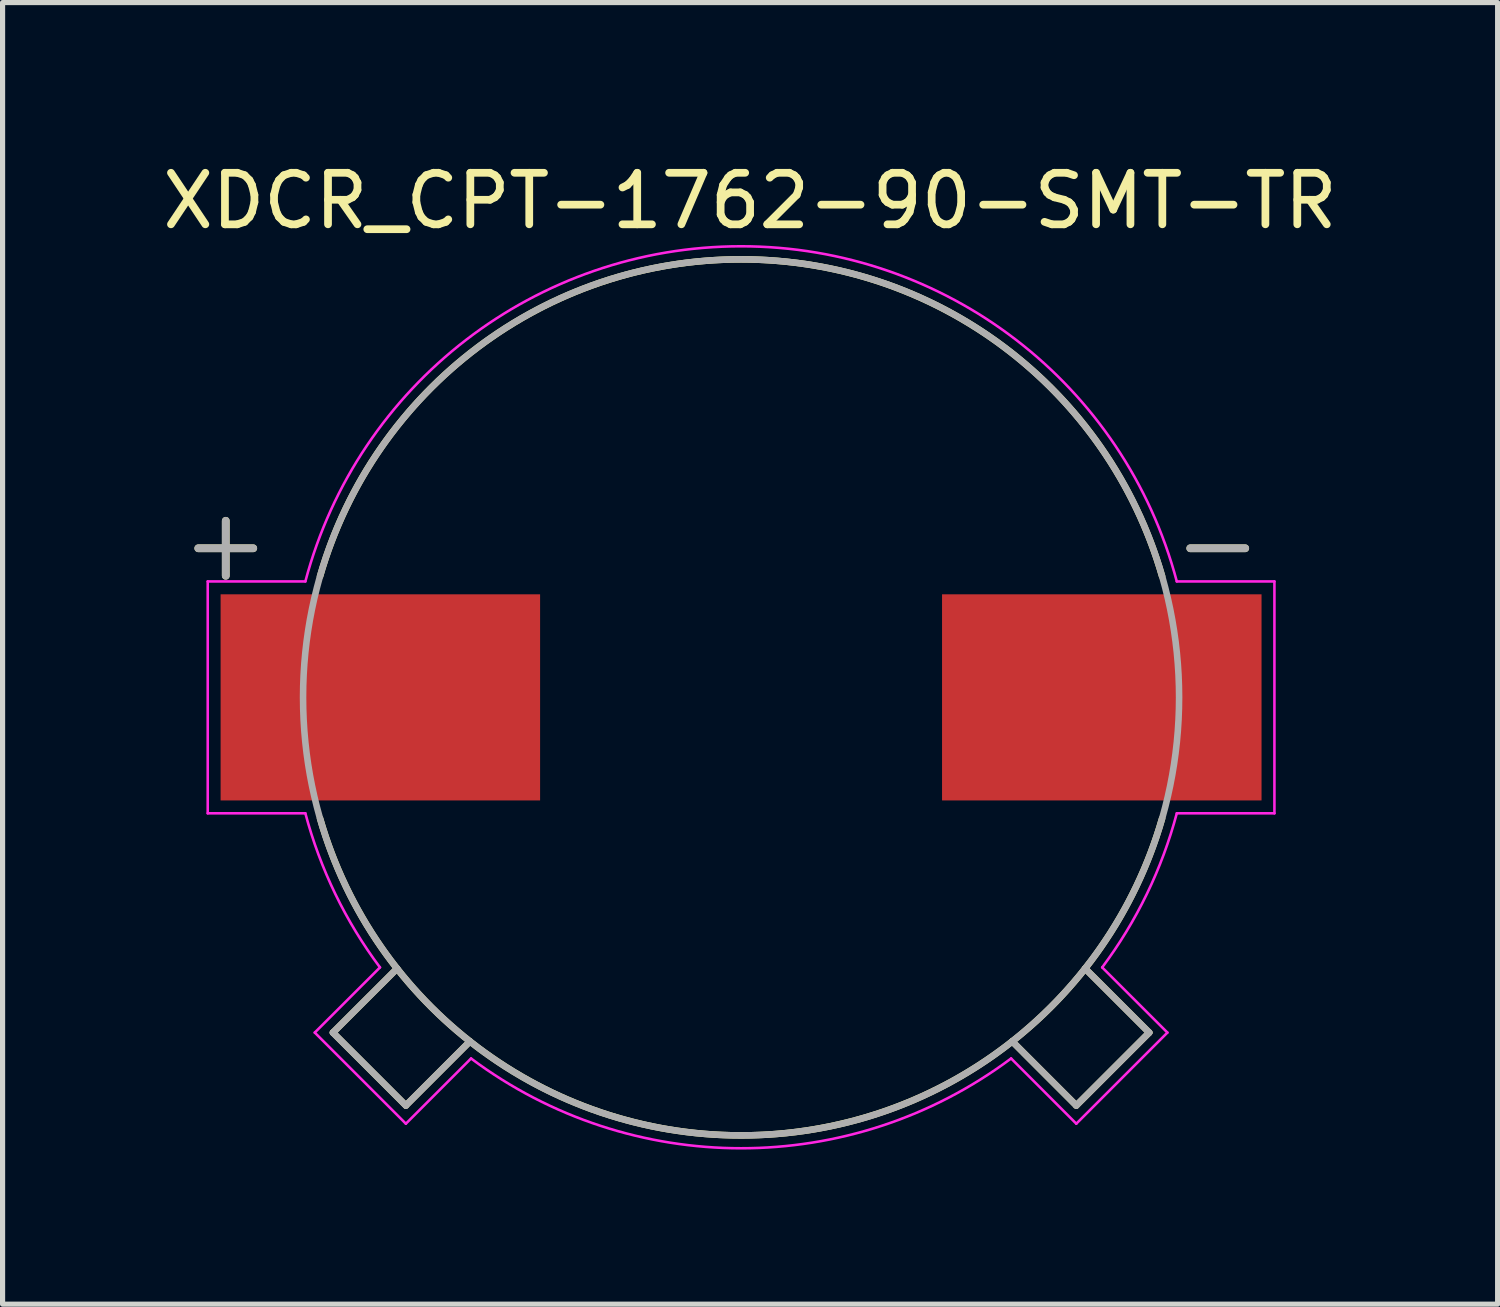
<source format=kicad_pcb>
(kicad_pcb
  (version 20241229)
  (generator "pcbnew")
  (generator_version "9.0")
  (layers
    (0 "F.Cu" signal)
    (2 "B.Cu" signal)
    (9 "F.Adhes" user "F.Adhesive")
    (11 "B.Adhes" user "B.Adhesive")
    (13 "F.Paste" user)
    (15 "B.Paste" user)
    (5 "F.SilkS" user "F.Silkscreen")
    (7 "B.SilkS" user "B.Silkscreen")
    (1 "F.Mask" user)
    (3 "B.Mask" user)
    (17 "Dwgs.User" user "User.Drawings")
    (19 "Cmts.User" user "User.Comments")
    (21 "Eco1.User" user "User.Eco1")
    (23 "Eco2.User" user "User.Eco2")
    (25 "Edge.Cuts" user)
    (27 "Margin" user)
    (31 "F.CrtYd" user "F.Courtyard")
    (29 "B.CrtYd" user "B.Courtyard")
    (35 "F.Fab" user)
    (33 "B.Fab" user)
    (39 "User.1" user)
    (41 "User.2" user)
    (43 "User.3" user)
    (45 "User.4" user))
  (footprint "XDCR_CPT-1762-90-SMT-TR"
    (layer "F.Cu")
    (at 11.331 10.483)
    (property "Reference" "XDCR_CPT-1762-90-SMT-TR" (at 0.175 -9.635 0) (layer "F.SilkS") (effects (font (size 1 1) (thickness 0.15))))
    (attr smd)
    (fp_line (start -7.92 6.505) (end -6.505 7.92) (stroke (width 0.127) (type solid)) (layer "F.SilkS"))
    (fp_line (start -6.675 5.261) (end -7.92 6.505) (stroke (width 0.127) (type solid)) (layer "F.SilkS"))
    (fp_line (start -6.505 7.92) (end -5.261 6.675) (stroke (width 0.127) (type solid)) (layer "F.SilkS"))
    (fp_line (start 5.261 6.675) (end 6.505 7.92) (stroke (width 0.127) (type solid)) (layer "F.SilkS"))
    (fp_line (start 6.505 7.92) (end 7.92 6.505) (stroke (width 0.127) (type solid)) (layer "F.SilkS"))
    (fp_line (start 7.92 6.505) (end 6.675 5.261) (stroke (width 0.127) (type solid)) (layer "F.SilkS"))
    (fp_arc (start -8.17 -2.35) (mid 0 -8.500056) (end 8.17 -2.35) (stroke (width 0.127) (type solid)) (layer "F.SilkS"))
    (fp_arc (start 8.17 2.35) (mid 0 8.500056) (end -8.17 2.35) (stroke (width 0.127) (type solid)) (layer "F.SilkS"))
    (fp_line (start -10.35 -2.25) (end -10.35 2.25) (stroke (width 0.05) (type solid)) (layer "F.CrtYd"))
    (fp_line (start -10.35 2.25) (end -8.455 2.25) (stroke (width 0.05) (type solid)) (layer "F.CrtYd"))
    (fp_line (start -8.455 -2.25) (end -10.35 -2.25) (stroke (width 0.05) (type solid)) (layer "F.CrtYd"))
    (fp_line (start -8.273 6.505) (end -6.505 8.273) (stroke (width 0.05) (type solid)) (layer "F.CrtYd"))
    (fp_line (start -7.007 5.24) (end -8.273 6.505) (stroke (width 0.05) (type solid)) (layer "F.CrtYd"))
    (fp_line (start -6.505 8.273) (end -5.24 7.007) (stroke (width 0.05) (type solid)) (layer "F.CrtYd"))
    (fp_line (start 5.24 7.007) (end 6.505 8.273) (stroke (width 0.05) (type solid)) (layer "F.CrtYd"))
    (fp_line (start 6.505 8.273) (end 8.273 6.505) (stroke (width 0.05) (type solid)) (layer "F.CrtYd"))
    (fp_line (start 8.273 6.505) (end 7.007 5.24) (stroke (width 0.05) (type solid)) (layer "F.CrtYd"))
    (fp_line (start 8.455 2.25) (end 10.35 2.25) (stroke (width 0.05) (type solid)) (layer "F.CrtYd"))
    (fp_line (start 10.35 -2.25) (end 8.455 -2.25) (stroke (width 0.05) (type solid)) (layer "F.CrtYd"))
    (fp_line (start 10.35 2.25) (end 10.35 -2.25) (stroke (width 0.05) (type solid)) (layer "F.CrtYd"))
    (fp_arc (start -8.4553 -2.249999) (mid 0 -8.753879) (end 8.4553 -2.25) (stroke (width 0.05) (type solid)) (layer "F.CrtYd"))
    (fp_arc (start -7.00749 5.24) (mid -7.874566 3.814326) (end -8.4553 2.25) (stroke (width 0.05) (type solid)) (layer "F.CrtYd"))
    (fp_arc (start 5.23966 7.00742) (mid 0 8.749829) (end -5.23966 7.00742) (stroke (width 0.05) (type solid)) (layer "F.CrtYd"))
    (fp_arc (start 8.4553 2.25) (mid 7.874671 3.814377) (end 7.00749 5.24) (stroke (width 0.05) (type solid)) (layer "F.CrtYd"))
    (fp_line (start -7.92 6.505) (end -6.505 7.92) (stroke (width 0.127) (type solid)) (layer "F.Fab"))
    (fp_line (start -6.675 5.261) (end -7.92 6.505) (stroke (width 0.127) (type solid)) (layer "F.Fab"))
    (fp_line (start -6.505 7.92) (end -5.261 6.675) (stroke (width 0.127) (type solid)) (layer "F.Fab"))
    (fp_line (start 5.261 6.675) (end 6.505 7.92) (stroke (width 0.127) (type solid)) (layer "F.Fab"))
    (fp_line (start 6.505 7.92) (end 7.92 6.505) (stroke (width 0.127) (type solid)) (layer "F.Fab"))
    (fp_line (start 7.92 6.505) (end 6.675 5.261) (stroke (width 0.127) (type solid)) (layer "F.Fab"))
    (fp_circle (center 0 0) (end 8.5 0) (stroke (width 0.127) (type solid)) (fill no) (layer "F.Fab"))
    (fp_text user "-" (at 9.25 -3 0) (layer "F.SilkS") (effects (font (size 1.4 1.4) (thickness 0.15))))
    (fp_text user "+" (at -10 -3 0) (layer "F.SilkS") (effects (font (size 1.4 1.4) (thickness 0.15))))
    (fp_text user "-" (at 9.25 -3 0) (layer "F.Fab") (effects (font (size 1.4 1.4) (thickness 0.15))))
    (fp_text user "+" (at -10 -3 0) (layer "F.Fab") (effects (font (size 1.4 1.4) (thickness 0.15))))
    (pad "N" smd rect (at 7 0) (size 6.2 4) (layers "F.Cu" "F.Mask" "F.Paste"))
    (pad "P" smd rect (at -7 0) (size 6.2 4) (layers "F.Cu" "F.Mask" "F.Paste")))
  (gr_rect
    (start -3 -3)
    (end 26.012 22.258)
    (stroke (width 0.1) (type default))
    (fill no)
    (layer "Edge.Cuts")))
</source>
